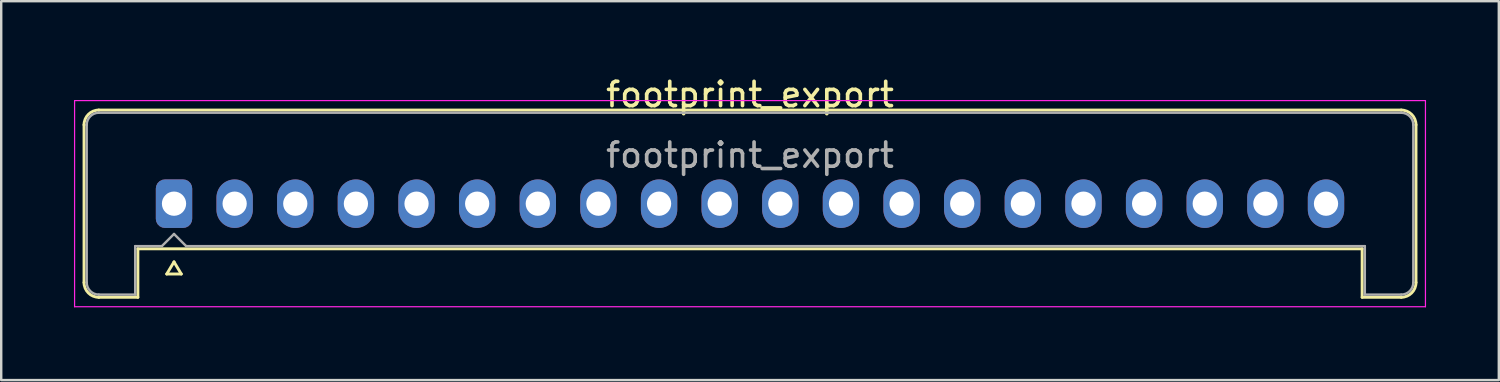
<source format=kicad_pcb>
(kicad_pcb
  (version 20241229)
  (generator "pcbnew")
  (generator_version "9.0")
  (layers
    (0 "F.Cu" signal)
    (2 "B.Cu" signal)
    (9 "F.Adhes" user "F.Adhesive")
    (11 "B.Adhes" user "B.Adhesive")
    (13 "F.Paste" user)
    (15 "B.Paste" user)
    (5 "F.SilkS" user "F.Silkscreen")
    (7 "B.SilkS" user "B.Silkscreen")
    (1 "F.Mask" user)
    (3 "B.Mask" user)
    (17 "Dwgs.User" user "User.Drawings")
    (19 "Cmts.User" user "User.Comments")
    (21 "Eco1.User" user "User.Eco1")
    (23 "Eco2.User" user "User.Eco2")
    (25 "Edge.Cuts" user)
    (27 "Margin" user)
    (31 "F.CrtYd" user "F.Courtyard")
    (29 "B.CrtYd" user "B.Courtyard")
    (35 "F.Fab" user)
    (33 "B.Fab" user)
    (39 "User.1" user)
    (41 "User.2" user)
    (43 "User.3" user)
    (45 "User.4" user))
  (footprint "footprint_export"
    (layer "F.Cu")
    (at 4.125 5.348)
    (property "Reference" "footprint_export" (at 23.75 -4.5 0) (layer "F.SilkS") (effects (font (size 1 1) (thickness 0.15))))
    (attr through_hole)
    (fp_line (start -3.71 -3.25) (end -3.71 3.25) (stroke (width 0.12) (type solid)) (layer "F.SilkS"))
    (fp_line (start -3.1 -3.86) (end 50.6 -3.86) (stroke (width 0.12) (type solid)) (layer "F.SilkS"))
    (fp_line (start -3.1 3.86) (end -1.49 3.86) (stroke (width 0.12) (type solid)) (layer "F.SilkS"))
    (fp_line (start -1.49 1.86) (end 48.99 1.86) (stroke (width 0.12) (type solid)) (layer "F.SilkS"))
    (fp_line (start -1.49 3.86) (end -1.49 1.86) (stroke (width 0.12) (type solid)) (layer "F.SilkS"))
    (fp_line (start -0.3 2.9) (end 0.3 2.9) (stroke (width 0.12) (type solid)) (layer "F.SilkS"))
    (fp_line (start 0 2.4) (end -0.3 2.9) (stroke (width 0.12) (type solid)) (layer "F.SilkS"))
    (fp_line (start 0.3 2.9) (end 0 2.4) (stroke (width 0.12) (type solid)) (layer "F.SilkS"))
    (fp_line (start 48.99 3.86) (end 48.99 1.86) (stroke (width 0.12) (type solid)) (layer "F.SilkS"))
    (fp_line (start 50.6 3.86) (end 48.99 3.86) (stroke (width 0.12) (type solid)) (layer "F.SilkS"))
    (fp_line (start 51.21 -3.25) (end 51.21 3.25) (stroke (width 0.12) (type solid)) (layer "F.SilkS"))
    (fp_arc (start -3.71 -3.25) (mid -3.531335 -3.681335) (end -3.1 -3.86) (stroke (width 0.12) (type solid)) (layer "F.SilkS"))
    (fp_arc (start -3.1 3.86) (mid -3.531335 3.681335) (end -3.71 3.25) (stroke (width 0.12) (type solid)) (layer "F.SilkS"))
    (fp_arc (start 50.6 -3.86) (mid 51.031335 -3.681335) (end 51.21 -3.25) (stroke (width 0.12) (type solid)) (layer "F.SilkS"))
    (fp_arc (start 51.21 3.25) (mid 51.031335 3.681335) (end 50.6 3.86) (stroke (width 0.12) (type solid)) (layer "F.SilkS"))
    (fp_line (start -4.1 -4.25) (end -4.1 4.25) (stroke (width 0.05) (type solid)) (layer "F.CrtYd"))
    (fp_line (start -4.1 4.25) (end 51.6 4.25) (stroke (width 0.05) (type solid)) (layer "F.CrtYd"))
    (fp_line (start 51.6 -4.25) (end -4.1 -4.25) (stroke (width 0.05) (type solid)) (layer "F.CrtYd"))
    (fp_line (start 51.6 4.25) (end 51.6 -4.25) (stroke (width 0.05) (type solid)) (layer "F.CrtYd"))
    (fp_line (start -3.6 -3.25) (end -3.6 3.25) (stroke (width 0.1) (type solid)) (layer "F.Fab"))
    (fp_line (start -3.1 -3.75) (end 50.6 -3.75) (stroke (width 0.1) (type solid)) (layer "F.Fab"))
    (fp_line (start -3.1 3.75) (end -1.6 3.75) (stroke (width 0.1) (type solid)) (layer "F.Fab"))
    (fp_line (start -1.6 1.75) (end -0.5 1.75) (stroke (width 0.1) (type solid)) (layer "F.Fab"))
    (fp_line (start -1.6 3.75) (end -1.6 1.75) (stroke (width 0.1) (type solid)) (layer "F.Fab"))
    (fp_line (start -0.5 1.75) (end 0 1.25) (stroke (width 0.1) (type solid)) (layer "F.Fab"))
    (fp_line (start 0 1.25) (end 0.5 1.75) (stroke (width 0.1) (type solid)) (layer "F.Fab"))
    (fp_line (start 0.5 1.75) (end 49.1 1.75) (stroke (width 0.1) (type solid)) (layer "F.Fab"))
    (fp_line (start 49.1 3.75) (end 49.1 1.75) (stroke (width 0.1) (type solid)) (layer "F.Fab"))
    (fp_line (start 50.6 3.75) (end 49.1 3.75) (stroke (width 0.1) (type solid)) (layer "F.Fab"))
    (fp_line (start 51.1 -3.25) (end 51.1 3.25) (stroke (width 0.1) (type solid)) (layer "F.Fab"))
    (fp_arc (start -3.6 -3.25) (mid -3.453553 -3.603553) (end -3.1 -3.75) (stroke (width 0.1) (type solid)) (layer "F.Fab"))
    (fp_arc (start -3.1 3.75) (mid -3.453553 3.603553) (end -3.6 3.25) (stroke (width 0.1) (type solid)) (layer "F.Fab"))
    (fp_arc (start 50.6 -3.75) (mid 50.953553 -3.603553) (end 51.1 -3.25) (stroke (width 0.1) (type solid)) (layer "F.Fab"))
    (fp_arc (start 51.1 3.25) (mid 50.953553 3.603553) (end 50.6 3.75) (stroke (width 0.1) (type solid)) (layer "F.Fab"))
    (fp_text user "${REFERENCE}" (at 23.75 -2 0) (layer "F.Fab") (effects (font (size 1 1) (thickness 0.15))))
    (pad "1" thru_hole roundrect (at 0 0) (size 1.5 2) (drill 1) (layers "*.Cu" "*.Mask") (roundrect_rratio 0.25))
    (pad "2" thru_hole oval (at 2.5 0) (size 1.5 2) (drill 1) (layers "*.Cu" "*.Mask"))
    (pad "3" thru_hole oval (at 5 0) (size 1.5 2) (drill 1) (layers "*.Cu" "*.Mask"))
    (pad "4" thru_hole oval (at 7.5 0) (size 1.5 2) (drill 1) (layers "*.Cu" "*.Mask"))
    (pad "5" thru_hole oval (at 10 0) (size 1.5 2) (drill 1) (layers "*.Cu" "*.Mask"))
    (pad "6" thru_hole oval (at 12.5 0) (size 1.5 2) (drill 1) (layers "*.Cu" "*.Mask"))
    (pad "7" thru_hole oval (at 15 0) (size 1.5 2) (drill 1) (layers "*.Cu" "*.Mask"))
    (pad "8" thru_hole oval (at 17.5 0) (size 1.5 2) (drill 1) (layers "*.Cu" "*.Mask"))
    (pad "9" thru_hole oval (at 20 0) (size 1.5 2) (drill 1) (layers "*.Cu" "*.Mask"))
    (pad "10" thru_hole oval (at 22.5 0) (size 1.5 2) (drill 1) (layers "*.Cu" "*.Mask"))
    (pad "11" thru_hole oval (at 25 0) (size 1.5 2) (drill 1) (layers "*.Cu" "*.Mask"))
    (pad "12" thru_hole oval (at 27.5 0) (size 1.5 2) (drill 1) (layers "*.Cu" "*.Mask"))
    (pad "13" thru_hole oval (at 30 0) (size 1.5 2) (drill 1) (layers "*.Cu" "*.Mask"))
    (pad "14" thru_hole oval (at 32.5 0) (size 1.5 2) (drill 1) (layers "*.Cu" "*.Mask"))
    (pad "15" thru_hole oval (at 35 0) (size 1.5 2) (drill 1) (layers "*.Cu" "*.Mask"))
    (pad "16" thru_hole oval (at 37.5 0) (size 1.5 2) (drill 1) (layers "*.Cu" "*.Mask"))
    (pad "17" thru_hole oval (at 40 0) (size 1.5 2) (drill 1) (layers "*.Cu" "*.Mask"))
    (pad "18" thru_hole oval (at 42.5 0) (size 1.5 2) (drill 1) (layers "*.Cu" "*.Mask"))
    (pad "19" thru_hole oval (at 45 0) (size 1.5 2) (drill 1) (layers "*.Cu" "*.Mask"))
    (pad "20" thru_hole oval (at 47.5 0) (size 1.5 2) (drill 1) (layers "*.Cu" "*.Mask")))
  (gr_rect
    (start -3 -3)
    (end 58.75 12.623)
    (stroke (width 0.1) (type default))
    (fill no)
    (layer "Edge.Cuts")))
</source>
